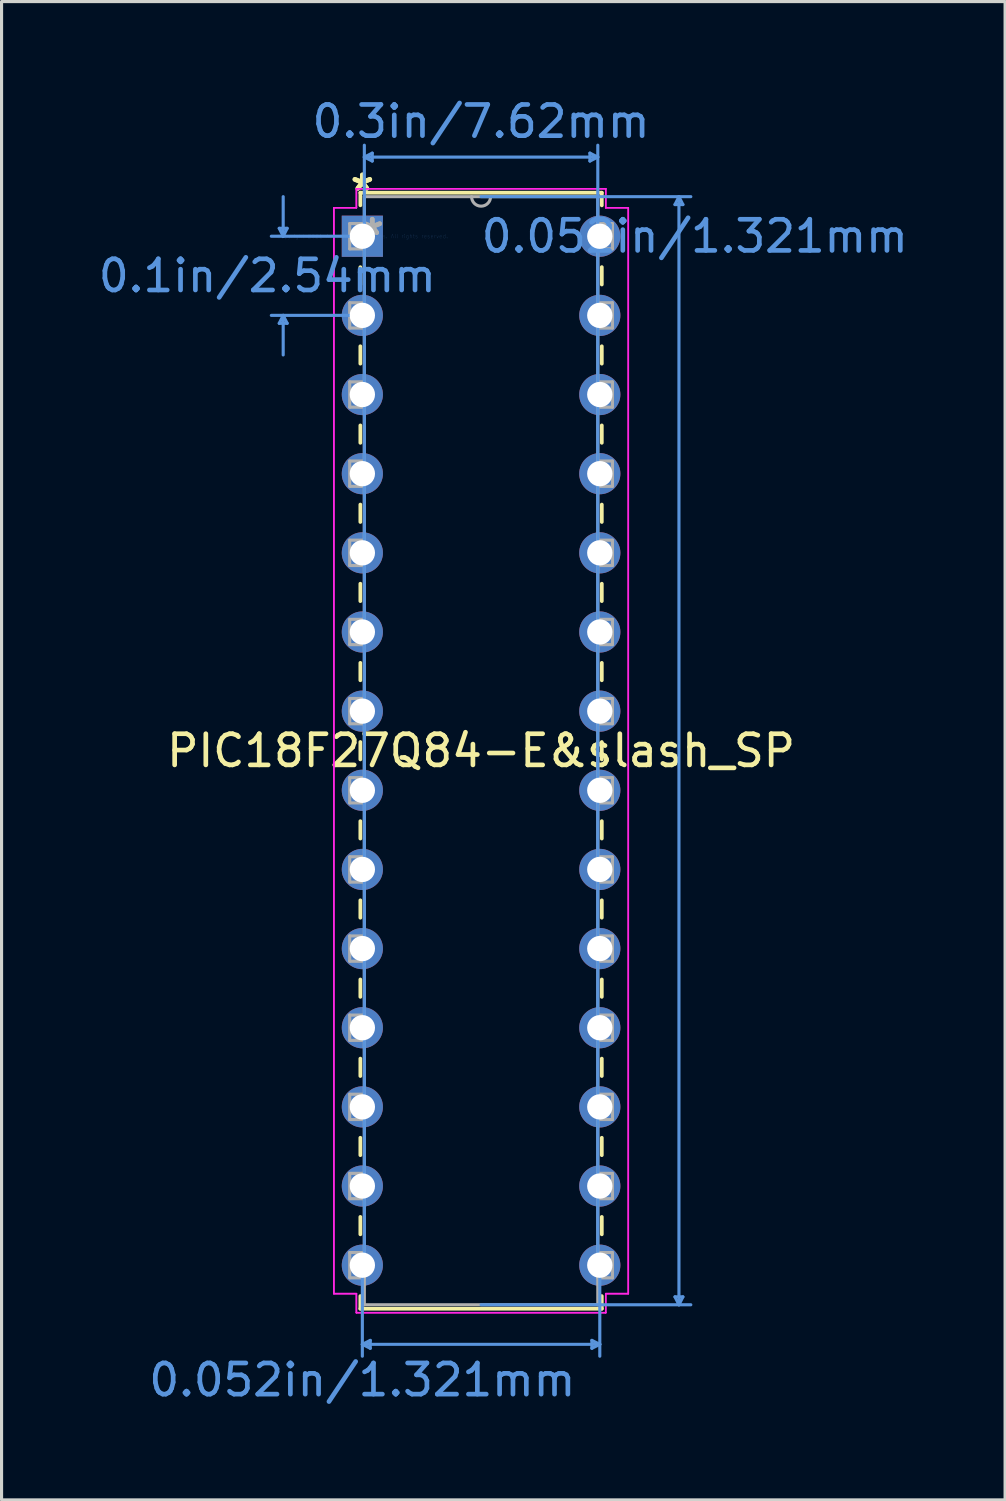
<source format=kicad_pcb>
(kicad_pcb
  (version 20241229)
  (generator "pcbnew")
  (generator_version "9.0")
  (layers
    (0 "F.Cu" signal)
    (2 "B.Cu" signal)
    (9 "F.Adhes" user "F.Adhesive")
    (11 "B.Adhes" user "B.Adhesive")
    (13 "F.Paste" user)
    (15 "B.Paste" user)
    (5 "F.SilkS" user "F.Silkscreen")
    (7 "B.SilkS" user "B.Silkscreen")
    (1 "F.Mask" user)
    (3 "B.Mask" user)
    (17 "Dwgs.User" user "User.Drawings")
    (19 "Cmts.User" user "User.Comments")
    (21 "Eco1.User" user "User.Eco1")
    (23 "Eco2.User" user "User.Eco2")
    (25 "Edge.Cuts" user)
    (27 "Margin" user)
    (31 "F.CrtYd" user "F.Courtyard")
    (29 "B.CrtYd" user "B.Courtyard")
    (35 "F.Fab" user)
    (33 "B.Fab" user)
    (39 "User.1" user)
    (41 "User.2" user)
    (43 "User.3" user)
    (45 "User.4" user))
  (footprint "PIC18F27Q84-E&slash_SP"
    (layer "F.Cu")
    (at 8.578 4.531)
    (property "Reference" "PIC18F27Q84-E&slash_SP" (at 3.81 16.51 0) (layer "F.SilkS") (effects (font (size 1 1) (thickness 0.15))))
    (attr through_hole)
    (fp_line (start -0.064 -1.397) (end -0.064 -0.993) (stroke (width 0.12) (type solid)) (layer "F.SilkS"))
    (fp_line (start -0.064 0.993) (end -0.064 1.549) (stroke (width 0.12) (type solid)) (layer "F.SilkS"))
    (fp_line (start -0.064 3.531) (end -0.064 4.089) (stroke (width 0.12) (type solid)) (layer "F.SilkS"))
    (fp_line (start -0.064 6.071) (end -0.064 6.629) (stroke (width 0.12) (type solid)) (layer "F.SilkS"))
    (fp_line (start -0.064 8.611) (end -0.064 9.169) (stroke (width 0.12) (type solid)) (layer "F.SilkS"))
    (fp_line (start -0.064 11.151) (end -0.064 11.709) (stroke (width 0.12) (type solid)) (layer "F.SilkS"))
    (fp_line (start -0.064 13.691) (end -0.064 14.249) (stroke (width 0.12) (type solid)) (layer "F.SilkS"))
    (fp_line (start -0.064 16.231) (end -0.064 16.789) (stroke (width 0.12) (type solid)) (layer "F.SilkS"))
    (fp_line (start -0.064 18.771) (end -0.064 19.329) (stroke (width 0.12) (type solid)) (layer "F.SilkS"))
    (fp_line (start -0.064 21.311) (end -0.064 21.869) (stroke (width 0.12) (type solid)) (layer "F.SilkS"))
    (fp_line (start -0.064 23.851) (end -0.064 24.409) (stroke (width 0.12) (type solid)) (layer "F.SilkS"))
    (fp_line (start -0.064 26.391) (end -0.064 26.949) (stroke (width 0.12) (type solid)) (layer "F.SilkS"))
    (fp_line (start -0.064 28.931) (end -0.064 29.489) (stroke (width 0.12) (type solid)) (layer "F.SilkS"))
    (fp_line (start -0.064 31.471) (end -0.064 32.029) (stroke (width 0.12) (type solid)) (layer "F.SilkS"))
    (fp_line (start -0.064 34.011) (end -0.064 34.417) (stroke (width 0.12) (type solid)) (layer "F.SilkS"))
    (fp_line (start -0.064 34.417) (end 7.684 34.417) (stroke (width 0.12) (type solid)) (layer "F.SilkS"))
    (fp_line (start 7.684 -1.397) (end -0.064 -1.397) (stroke (width 0.12) (type solid)) (layer "F.SilkS"))
    (fp_line (start 7.684 -0.991) (end 7.684 -1.397) (stroke (width 0.12) (type solid)) (layer "F.SilkS"))
    (fp_line (start 7.684 1.549) (end 7.684 0.991) (stroke (width 0.12) (type solid)) (layer "F.SilkS"))
    (fp_line (start 7.684 4.089) (end 7.684 3.531) (stroke (width 0.12) (type solid)) (layer "F.SilkS"))
    (fp_line (start 7.684 6.629) (end 7.684 6.071) (stroke (width 0.12) (type solid)) (layer "F.SilkS"))
    (fp_line (start 7.684 9.169) (end 7.684 8.611) (stroke (width 0.12) (type solid)) (layer "F.SilkS"))
    (fp_line (start 7.684 11.709) (end 7.684 11.151) (stroke (width 0.12) (type solid)) (layer "F.SilkS"))
    (fp_line (start 7.684 14.249) (end 7.684 13.691) (stroke (width 0.12) (type solid)) (layer "F.SilkS"))
    (fp_line (start 7.684 16.789) (end 7.684 16.231) (stroke (width 0.12) (type solid)) (layer "F.SilkS"))
    (fp_line (start 7.684 19.329) (end 7.684 18.771) (stroke (width 0.12) (type solid)) (layer "F.SilkS"))
    (fp_line (start 7.684 21.869) (end 7.684 21.311) (stroke (width 0.12) (type solid)) (layer "F.SilkS"))
    (fp_line (start 7.684 24.409) (end 7.684 23.851) (stroke (width 0.12) (type solid)) (layer "F.SilkS"))
    (fp_line (start 7.684 26.949) (end 7.684 26.391) (stroke (width 0.12) (type solid)) (layer "F.SilkS"))
    (fp_line (start 7.684 29.489) (end 7.684 28.931) (stroke (width 0.12) (type solid)) (layer "F.SilkS"))
    (fp_line (start 7.684 32.029) (end 7.684 31.471) (stroke (width 0.12) (type solid)) (layer "F.SilkS"))
    (fp_line (start 7.684 34.417) (end 7.684 34.011) (stroke (width 0.12) (type solid)) (layer "F.SilkS"))
    (fp_line (start -2.667 -0.254) (end -2.413 -0.254) (stroke (width 0.1) (type solid)) (layer "Cmts.User"))
    (fp_line (start -2.667 2.794) (end -2.413 2.794) (stroke (width 0.1) (type solid)) (layer "Cmts.User"))
    (fp_line (start -2.54 0) (end -2.667 -0.254) (stroke (width 0.1) (type solid)) (layer "Cmts.User"))
    (fp_line (start -2.54 0) (end -2.54 -1.27) (stroke (width 0.1) (type solid)) (layer "Cmts.User"))
    (fp_line (start -2.54 0) (end -2.413 -0.254) (stroke (width 0.1) (type solid)) (layer "Cmts.User"))
    (fp_line (start -2.54 2.54) (end -2.667 2.794) (stroke (width 0.1) (type solid)) (layer "Cmts.User"))
    (fp_line (start -2.54 2.54) (end -2.54 3.81) (stroke (width 0.1) (type solid)) (layer "Cmts.User"))
    (fp_line (start -2.54 2.54) (end -2.413 2.794) (stroke (width 0.1) (type solid)) (layer "Cmts.User"))
    (fp_line (start 0 0) (end -2.921 0) (stroke (width 0.1) (type solid)) (layer "Cmts.User"))
    (fp_line (start 0 2.54) (end -2.921 2.54) (stroke (width 0.1) (type solid)) (layer "Cmts.User"))
    (fp_line (start 0 33.02) (end 0 35.941) (stroke (width 0.1) (type solid)) (layer "Cmts.User"))
    (fp_line (start 0 35.56) (end 0.254 35.433) (stroke (width 0.1) (type solid)) (layer "Cmts.User"))
    (fp_line (start 0 35.56) (end 0.254 35.687) (stroke (width 0.1) (type solid)) (layer "Cmts.User"))
    (fp_line (start 0 35.56) (end 7.62 35.56) (stroke (width 0.1) (type solid)) (layer "Cmts.User"))
    (fp_line (start 0.064 -2.54) (end 0.318 -2.667) (stroke (width 0.1) (type solid)) (layer "Cmts.User"))
    (fp_line (start 0.064 -2.54) (end 0.318 -2.413) (stroke (width 0.1) (type solid)) (layer "Cmts.User"))
    (fp_line (start 0.064 -2.54) (end 7.556 -2.54) (stroke (width 0.1) (type solid)) (layer "Cmts.User"))
    (fp_line (start 0.064 33.02) (end 0.064 -2.921) (stroke (width 0.1) (type solid)) (layer "Cmts.User"))
    (fp_line (start 0.254 35.433) (end 0.254 35.687) (stroke (width 0.1) (type solid)) (layer "Cmts.User"))
    (fp_line (start 0.318 -2.667) (end 0.318 -2.413) (stroke (width 0.1) (type solid)) (layer "Cmts.User"))
    (fp_line (start 3.81 -1.27) (end 10.541 -1.27) (stroke (width 0.1) (type solid)) (layer "Cmts.User"))
    (fp_line (start 3.81 34.29) (end 10.541 34.29) (stroke (width 0.1) (type solid)) (layer "Cmts.User"))
    (fp_line (start 7.303 -2.667) (end 7.303 -2.413) (stroke (width 0.1) (type solid)) (layer "Cmts.User"))
    (fp_line (start 7.366 35.433) (end 7.366 35.687) (stroke (width 0.1) (type solid)) (layer "Cmts.User"))
    (fp_line (start 7.556 -2.54) (end 7.303 -2.667) (stroke (width 0.1) (type solid)) (layer "Cmts.User"))
    (fp_line (start 7.556 -2.54) (end 7.303 -2.413) (stroke (width 0.1) (type solid)) (layer "Cmts.User"))
    (fp_line (start 7.556 33.02) (end 7.556 -2.921) (stroke (width 0.1) (type solid)) (layer "Cmts.User"))
    (fp_line (start 7.62 33.02) (end 7.62 35.941) (stroke (width 0.1) (type solid)) (layer "Cmts.User"))
    (fp_line (start 7.62 35.56) (end 7.366 35.433) (stroke (width 0.1) (type solid)) (layer "Cmts.User"))
    (fp_line (start 7.62 35.56) (end 7.366 35.687) (stroke (width 0.1) (type solid)) (layer "Cmts.User"))
    (fp_line (start 10.033 -1.016) (end 10.287 -1.016) (stroke (width 0.1) (type solid)) (layer "Cmts.User"))
    (fp_line (start 10.033 34.036) (end 10.287 34.036) (stroke (width 0.1) (type solid)) (layer "Cmts.User"))
    (fp_line (start 10.16 -1.27) (end 10.033 -1.016) (stroke (width 0.1) (type solid)) (layer "Cmts.User"))
    (fp_line (start 10.16 -1.27) (end 10.16 34.29) (stroke (width 0.1) (type solid)) (layer "Cmts.User"))
    (fp_line (start 10.16 -1.27) (end 10.287 -1.016) (stroke (width 0.1) (type solid)) (layer "Cmts.User"))
    (fp_line (start 10.16 34.29) (end 10.033 34.036) (stroke (width 0.1) (type solid)) (layer "Cmts.User"))
    (fp_line (start 10.16 34.29) (end 10.287 34.036) (stroke (width 0.1) (type solid)) (layer "Cmts.User"))
    (fp_line (start -0.914 -0.914) (end -0.914 33.934) (stroke (width 0.05) (type solid)) (layer "F.CrtYd"))
    (fp_line (start -0.914 -0.914) (end -0.191 -0.914) (stroke (width 0.05) (type solid)) (layer "F.CrtYd"))
    (fp_line (start -0.914 33.934) (end -0.914 -0.914) (stroke (width 0.05) (type solid)) (layer "F.CrtYd"))
    (fp_line (start -0.914 33.934) (end -0.191 33.934) (stroke (width 0.05) (type solid)) (layer "F.CrtYd"))
    (fp_line (start -0.191 -1.524) (end -0.191 -0.914) (stroke (width 0.05) (type solid)) (layer "F.CrtYd"))
    (fp_line (start -0.191 -1.524) (end 7.811 -1.524) (stroke (width 0.05) (type solid)) (layer "F.CrtYd"))
    (fp_line (start -0.191 -0.914) (end -0.914 -0.914) (stroke (width 0.05) (type solid)) (layer "F.CrtYd"))
    (fp_line (start -0.191 -0.914) (end -0.191 -1.524) (stroke (width 0.05) (type solid)) (layer "F.CrtYd"))
    (fp_line (start -0.191 33.934) (end -0.914 33.934) (stroke (width 0.05) (type solid)) (layer "F.CrtYd"))
    (fp_line (start -0.191 33.934) (end -0.191 34.544) (stroke (width 0.05) (type solid)) (layer "F.CrtYd"))
    (fp_line (start -0.191 34.544) (end -0.191 33.934) (stroke (width 0.05) (type solid)) (layer "F.CrtYd"))
    (fp_line (start -0.191 34.544) (end 7.811 34.544) (stroke (width 0.05) (type solid)) (layer "F.CrtYd"))
    (fp_line (start 7.811 -1.524) (end -0.191 -1.524) (stroke (width 0.05) (type solid)) (layer "F.CrtYd"))
    (fp_line (start 7.811 -1.524) (end 7.811 -0.914) (stroke (width 0.05) (type solid)) (layer "F.CrtYd"))
    (fp_line (start 7.811 -0.914) (end 7.811 -1.524) (stroke (width 0.05) (type solid)) (layer "F.CrtYd"))
    (fp_line (start 7.811 33.934) (end 7.811 34.544) (stroke (width 0.05) (type solid)) (layer "F.CrtYd"))
    (fp_line (start 7.811 33.934) (end 8.534 33.934) (stroke (width 0.05) (type solid)) (layer "F.CrtYd"))
    (fp_line (start 7.811 34.544) (end -0.191 34.544) (stroke (width 0.05) (type solid)) (layer "F.CrtYd"))
    (fp_line (start 7.811 34.544) (end 7.811 33.934) (stroke (width 0.05) (type solid)) (layer "F.CrtYd"))
    (fp_line (start 8.534 -0.914) (end 7.811 -0.914) (stroke (width 0.05) (type solid)) (layer "F.CrtYd"))
    (fp_line (start 8.534 -0.914) (end 7.811 -0.914) (stroke (width 0.05) (type solid)) (layer "F.CrtYd"))
    (fp_line (start 8.534 -0.914) (end 8.534 33.934) (stroke (width 0.05) (type solid)) (layer "F.CrtYd"))
    (fp_line (start 8.534 33.934) (end 7.811 33.934) (stroke (width 0.05) (type solid)) (layer "F.CrtYd"))
    (fp_line (start 8.534 33.934) (end 8.534 -0.914) (stroke (width 0.05) (type solid)) (layer "F.CrtYd"))
    (fp_line (start -0.406 -0.406) (end -0.406 0.406) (stroke (width 0.1) (type solid)) (layer "F.Fab"))
    (fp_line (start -0.406 0.406) (end 0.064 0.406) (stroke (width 0.1) (type solid)) (layer "F.Fab"))
    (fp_line (start -0.406 2.134) (end -0.406 2.946) (stroke (width 0.1) (type solid)) (layer "F.Fab"))
    (fp_line (start -0.406 2.946) (end 0.064 2.946) (stroke (width 0.1) (type solid)) (layer "F.Fab"))
    (fp_line (start -0.406 4.674) (end -0.406 5.486) (stroke (width 0.1) (type solid)) (layer "F.Fab"))
    (fp_line (start -0.406 5.486) (end 0.064 5.486) (stroke (width 0.1) (type solid)) (layer "F.Fab"))
    (fp_line (start -0.406 7.214) (end -0.406 8.026) (stroke (width 0.1) (type solid)) (layer "F.Fab"))
    (fp_line (start -0.406 8.026) (end 0.064 8.026) (stroke (width 0.1) (type solid)) (layer "F.Fab"))
    (fp_line (start -0.406 9.754) (end -0.406 10.566) (stroke (width 0.1) (type solid)) (layer "F.Fab"))
    (fp_line (start -0.406 10.566) (end 0.064 10.566) (stroke (width 0.1) (type solid)) (layer "F.Fab"))
    (fp_line (start -0.406 12.294) (end -0.406 13.106) (stroke (width 0.1) (type solid)) (layer "F.Fab"))
    (fp_line (start -0.406 13.106) (end 0.064 13.106) (stroke (width 0.1) (type solid)) (layer "F.Fab"))
    (fp_line (start -0.406 14.834) (end -0.406 15.646) (stroke (width 0.1) (type solid)) (layer "F.Fab"))
    (fp_line (start -0.406 15.646) (end 0.064 15.646) (stroke (width 0.1) (type solid)) (layer "F.Fab"))
    (fp_line (start -0.406 17.374) (end -0.406 18.186) (stroke (width 0.1) (type solid)) (layer "F.Fab"))
    (fp_line (start -0.406 18.186) (end 0.064 18.186) (stroke (width 0.1) (type solid)) (layer "F.Fab"))
    (fp_line (start -0.406 19.914) (end -0.406 20.726) (stroke (width 0.1) (type solid)) (layer "F.Fab"))
    (fp_line (start -0.406 20.726) (end 0.064 20.726) (stroke (width 0.1) (type solid)) (layer "F.Fab"))
    (fp_line (start -0.406 22.454) (end -0.406 23.266) (stroke (width 0.1) (type solid)) (layer "F.Fab"))
    (fp_line (start -0.406 23.266) (end 0.064 23.266) (stroke (width 0.1) (type solid)) (layer "F.Fab"))
    (fp_line (start -0.406 24.994) (end -0.406 25.806) (stroke (width 0.1) (type solid)) (layer "F.Fab"))
    (fp_line (start -0.406 25.806) (end 0.064 25.806) (stroke (width 0.1) (type solid)) (layer "F.Fab"))
    (fp_line (start -0.406 27.534) (end -0.406 28.346) (stroke (width 0.1) (type solid)) (layer "F.Fab"))
    (fp_line (start -0.406 28.346) (end 0.064 28.346) (stroke (width 0.1) (type solid)) (layer "F.Fab"))
    (fp_line (start -0.406 30.074) (end -0.406 30.886) (stroke (width 0.1) (type solid)) (layer "F.Fab"))
    (fp_line (start -0.406 30.886) (end 0.064 30.886) (stroke (width 0.1) (type solid)) (layer "F.Fab"))
    (fp_line (start -0.406 32.614) (end -0.406 33.426) (stroke (width 0.1) (type solid)) (layer "F.Fab"))
    (fp_line (start -0.406 33.426) (end 0.064 33.426) (stroke (width 0.1) (type solid)) (layer "F.Fab"))
    (fp_line (start 0.064 -1.27) (end 0.064 34.29) (stroke (width 0.1) (type solid)) (layer "F.Fab"))
    (fp_line (start 0.064 -0.406) (end -0.406 -0.406) (stroke (width 0.1) (type solid)) (layer "F.Fab"))
    (fp_line (start 0.064 0.406) (end 0.064 -0.406) (stroke (width 0.1) (type solid)) (layer "F.Fab"))
    (fp_line (start 0.064 2.134) (end -0.406 2.134) (stroke (width 0.1) (type solid)) (layer "F.Fab"))
    (fp_line (start 0.064 2.946) (end 0.064 2.134) (stroke (width 0.1) (type solid)) (layer "F.Fab"))
    (fp_line (start 0.064 4.674) (end -0.406 4.674) (stroke (width 0.1) (type solid)) (layer "F.Fab"))
    (fp_line (start 0.064 5.486) (end 0.064 4.674) (stroke (width 0.1) (type solid)) (layer "F.Fab"))
    (fp_line (start 0.064 7.214) (end -0.406 7.214) (stroke (width 0.1) (type solid)) (layer "F.Fab"))
    (fp_line (start 0.064 8.026) (end 0.064 7.214) (stroke (width 0.1) (type solid)) (layer "F.Fab"))
    (fp_line (start 0.064 9.754) (end -0.406 9.754) (stroke (width 0.1) (type solid)) (layer "F.Fab"))
    (fp_line (start 0.064 10.566) (end 0.064 9.754) (stroke (width 0.1) (type solid)) (layer "F.Fab"))
    (fp_line (start 0.064 12.294) (end -0.406 12.294) (stroke (width 0.1) (type solid)) (layer "F.Fab"))
    (fp_line (start 0.064 13.106) (end 0.064 12.294) (stroke (width 0.1) (type solid)) (layer "F.Fab"))
    (fp_line (start 0.064 14.834) (end -0.406 14.834) (stroke (width 0.1) (type solid)) (layer "F.Fab"))
    (fp_line (start 0.064 15.646) (end 0.064 14.834) (stroke (width 0.1) (type solid)) (layer "F.Fab"))
    (fp_line (start 0.064 17.374) (end -0.406 17.374) (stroke (width 0.1) (type solid)) (layer "F.Fab"))
    (fp_line (start 0.064 18.186) (end 0.064 17.374) (stroke (width 0.1) (type solid)) (layer "F.Fab"))
    (fp_line (start 0.064 19.914) (end -0.406 19.914) (stroke (width 0.1) (type solid)) (layer "F.Fab"))
    (fp_line (start 0.064 20.726) (end 0.064 19.914) (stroke (width 0.1) (type solid)) (layer "F.Fab"))
    (fp_line (start 0.064 22.454) (end -0.406 22.454) (stroke (width 0.1) (type solid)) (layer "F.Fab"))
    (fp_line (start 0.064 23.266) (end 0.064 22.454) (stroke (width 0.1) (type solid)) (layer "F.Fab"))
    (fp_line (start 0.064 24.994) (end -0.406 24.994) (stroke (width 0.1) (type solid)) (layer "F.Fab"))
    (fp_line (start 0.064 25.806) (end 0.064 24.994) (stroke (width 0.1) (type solid)) (layer "F.Fab"))
    (fp_line (start 0.064 27.534) (end -0.406 27.534) (stroke (width 0.1) (type solid)) (layer "F.Fab"))
    (fp_line (start 0.064 28.346) (end 0.064 27.534) (stroke (width 0.1) (type solid)) (layer "F.Fab"))
    (fp_line (start 0.064 30.074) (end -0.406 30.074) (stroke (width 0.1) (type solid)) (layer "F.Fab"))
    (fp_line (start 0.064 30.886) (end 0.064 30.074) (stroke (width 0.1) (type solid)) (layer "F.Fab"))
    (fp_line (start 0.064 32.614) (end -0.406 32.614) (stroke (width 0.1) (type solid)) (layer "F.Fab"))
    (fp_line (start 0.064 33.426) (end 0.064 32.614) (stroke (width 0.1) (type solid)) (layer "F.Fab"))
    (fp_line (start 0.064 34.29) (end 7.556 34.29) (stroke (width 0.1) (type solid)) (layer "F.Fab"))
    (fp_line (start 7.556 -1.27) (end 0.064 -1.27) (stroke (width 0.1) (type solid)) (layer "F.Fab"))
    (fp_line (start 7.556 -0.406) (end 7.556 0.406) (stroke (width 0.1) (type solid)) (layer "F.Fab"))
    (fp_line (start 7.556 0.406) (end 8.026 0.406) (stroke (width 0.1) (type solid)) (layer "F.Fab"))
    (fp_line (start 7.556 2.134) (end 7.556 2.946) (stroke (width 0.1) (type solid)) (layer "F.Fab"))
    (fp_line (start 7.556 2.946) (end 8.026 2.946) (stroke (width 0.1) (type solid)) (layer "F.Fab"))
    (fp_line (start 7.556 4.674) (end 7.556 5.486) (stroke (width 0.1) (type solid)) (layer "F.Fab"))
    (fp_line (start 7.556 5.486) (end 8.026 5.486) (stroke (width 0.1) (type solid)) (layer "F.Fab"))
    (fp_line (start 7.556 7.214) (end 7.556 8.026) (stroke (width 0.1) (type solid)) (layer "F.Fab"))
    (fp_line (start 7.556 8.026) (end 8.026 8.026) (stroke (width 0.1) (type solid)) (layer "F.Fab"))
    (fp_line (start 7.556 9.754) (end 7.556 10.566) (stroke (width 0.1) (type solid)) (layer "F.Fab"))
    (fp_line (start 7.556 10.566) (end 8.026 10.566) (stroke (width 0.1) (type solid)) (layer "F.Fab"))
    (fp_line (start 7.556 12.294) (end 7.556 13.106) (stroke (width 0.1) (type solid)) (layer "F.Fab"))
    (fp_line (start 7.556 13.106) (end 8.026 13.106) (stroke (width 0.1) (type solid)) (layer "F.Fab"))
    (fp_line (start 7.556 14.834) (end 7.556 15.646) (stroke (width 0.1) (type solid)) (layer "F.Fab"))
    (fp_line (start 7.556 15.646) (end 8.026 15.646) (stroke (width 0.1) (type solid)) (layer "F.Fab"))
    (fp_line (start 7.556 17.374) (end 7.556 18.186) (stroke (width 0.1) (type solid)) (layer "F.Fab"))
    (fp_line (start 7.556 18.186) (end 8.026 18.186) (stroke (width 0.1) (type solid)) (layer "F.Fab"))
    (fp_line (start 7.556 19.914) (end 7.556 20.726) (stroke (width 0.1) (type solid)) (layer "F.Fab"))
    (fp_line (start 7.556 20.726) (end 8.026 20.726) (stroke (width 0.1) (type solid)) (layer "F.Fab"))
    (fp_line (start 7.556 22.454) (end 7.556 23.266) (stroke (width 0.1) (type solid)) (layer "F.Fab"))
    (fp_line (start 7.556 23.266) (end 8.026 23.266) (stroke (width 0.1) (type solid)) (layer "F.Fab"))
    (fp_line (start 7.556 24.994) (end 7.556 25.806) (stroke (width 0.1) (type solid)) (layer "F.Fab"))
    (fp_line (start 7.556 25.806) (end 8.026 25.806) (stroke (width 0.1) (type solid)) (layer "F.Fab"))
    (fp_line (start 7.556 27.534) (end 7.556 28.346) (stroke (width 0.1) (type solid)) (layer "F.Fab"))
    (fp_line (start 7.556 28.346) (end 8.026 28.346) (stroke (width 0.1) (type solid)) (layer "F.Fab"))
    (fp_line (start 7.556 30.074) (end 7.556 30.886) (stroke (width 0.1) (type solid)) (layer "F.Fab"))
    (fp_line (start 7.556 30.886) (end 8.026 30.886) (stroke (width 0.1) (type solid)) (layer "F.Fab"))
    (fp_line (start 7.556 32.614) (end 7.556 33.426) (stroke (width 0.1) (type solid)) (layer "F.Fab"))
    (fp_line (start 7.556 33.426) (end 8.026 33.426) (stroke (width 0.1) (type solid)) (layer "F.Fab"))
    (fp_line (start 7.556 34.29) (end 7.556 -1.27) (stroke (width 0.1) (type solid)) (layer "F.Fab"))
    (fp_line (start 8.026 -0.406) (end 7.556 -0.406) (stroke (width 0.1) (type solid)) (layer "F.Fab"))
    (fp_line (start 8.026 0.406) (end 8.026 -0.406) (stroke (width 0.1) (type solid)) (layer "F.Fab"))
    (fp_line (start 8.026 2.134) (end 7.556 2.134) (stroke (width 0.1) (type solid)) (layer "F.Fab"))
    (fp_line (start 8.026 2.946) (end 8.026 2.134) (stroke (width 0.1) (type solid)) (layer "F.Fab"))
    (fp_line (start 8.026 4.674) (end 7.556 4.674) (stroke (width 0.1) (type solid)) (layer "F.Fab"))
    (fp_line (start 8.026 5.486) (end 8.026 4.674) (stroke (width 0.1) (type solid)) (layer "F.Fab"))
    (fp_line (start 8.026 7.214) (end 7.556 7.214) (stroke (width 0.1) (type solid)) (layer "F.Fab"))
    (fp_line (start 8.026 8.026) (end 8.026 7.214) (stroke (width 0.1) (type solid)) (layer "F.Fab"))
    (fp_line (start 8.026 9.754) (end 7.556 9.754) (stroke (width 0.1) (type solid)) (layer "F.Fab"))
    (fp_line (start 8.026 10.566) (end 8.026 9.754) (stroke (width 0.1) (type solid)) (layer "F.Fab"))
    (fp_line (start 8.026 12.294) (end 7.556 12.294) (stroke (width 0.1) (type solid)) (layer "F.Fab"))
    (fp_line (start 8.026 13.106) (end 8.026 12.294) (stroke (width 0.1) (type solid)) (layer "F.Fab"))
    (fp_line (start 8.026 14.834) (end 7.556 14.834) (stroke (width 0.1) (type solid)) (layer "F.Fab"))
    (fp_line (start 8.026 15.646) (end 8.026 14.834) (stroke (width 0.1) (type solid)) (layer "F.Fab"))
    (fp_line (start 8.026 17.374) (end 7.556 17.374) (stroke (width 0.1) (type solid)) (layer "F.Fab"))
    (fp_line (start 8.026 18.186) (end 8.026 17.374) (stroke (width 0.1) (type solid)) (layer "F.Fab"))
    (fp_line (start 8.026 19.914) (end 7.556 19.914) (stroke (width 0.1) (type solid)) (layer "F.Fab"))
    (fp_line (start 8.026 20.726) (end 8.026 19.914) (stroke (width 0.1) (type solid)) (layer "F.Fab"))
    (fp_line (start 8.026 22.454) (end 7.556 22.454) (stroke (width 0.1) (type solid)) (layer "F.Fab"))
    (fp_line (start 8.026 23.266) (end 8.026 22.454) (stroke (width 0.1) (type solid)) (layer "F.Fab"))
    (fp_line (start 8.026 24.994) (end 7.556 24.994) (stroke (width 0.1) (type solid)) (layer "F.Fab"))
    (fp_line (start 8.026 25.806) (end 8.026 24.994) (stroke (width 0.1) (type solid)) (layer "F.Fab"))
    (fp_line (start 8.026 27.534) (end 7.556 27.534) (stroke (width 0.1) (type solid)) (layer "F.Fab"))
    (fp_line (start 8.026 28.346) (end 8.026 27.534) (stroke (width 0.1) (type solid)) (layer "F.Fab"))
    (fp_line (start 8.026 30.074) (end 7.556 30.074) (stroke (width 0.1) (type solid)) (layer "F.Fab"))
    (fp_line (start 8.026 30.886) (end 8.026 30.074) (stroke (width 0.1) (type solid)) (layer "F.Fab"))
    (fp_line (start 8.026 32.614) (end 7.556 32.614) (stroke (width 0.1) (type solid)) (layer "F.Fab"))
    (fp_line (start 8.026 33.426) (end 8.026 32.614) (stroke (width 0.1) (type solid)) (layer "F.Fab"))
    (fp_arc (start 4.1148 -1.27) (mid 3.81 -0.9652) (end 3.5052 -1.27) (stroke (width 0.1) (type solid)) (layer "F.Fab"))
    (fp_text user "*" (at 0 -1.422 0) (layer "F.SilkS") (effects (font (size 1 1) (thickness 0.15))))
    (fp_text user "*" (at 0 -1.422 0) (layer "F.SilkS") (effects (font (size 1 1) (thickness 0.15))))
    (fp_text user "0.052in/1.321mm" (at 0 36.703 0) (layer "Cmts.User") (effects (font (size 1 1) (thickness 0.15))))
    (fp_text user "0.052in/1.321mm" (at 10.668 0 0) (layer "Cmts.User") (effects (font (size 1 1) (thickness 0.15))))
    (fp_text user "0.1in/2.54mm" (at -3.048 1.27 0) (layer "Cmts.User") (effects (font (size 1 1) (thickness 0.15))))
    (fp_text user "0.3in/7.62mm" (at 3.81 -3.683 0) (layer "Cmts.User") (effects (font (size 1 1) (thickness 0.15))))
    (fp_text user "Copyright 2021 Accelerated Designs. All rights reserved." (at 0 0 0) (layer "Cmts.User") (effects (font (size 0.127 0.127) (thickness 0.002))))
    (fp_text user "*" (at 0.318 0 0) (layer "F.Fab") (effects (font (size 1 1) (thickness 0.15))))
    (fp_text user "*" (at 0.318 0 0) (layer "F.Fab") (effects (font (size 1 1) (thickness 0.15))))
    (pad "1" thru_hole rect (at 0 0) (size 1.321 1.321) (drill 0.813) (layers "*.Cu" "*.Mask"))
    (pad "2" thru_hole circle (at 0 2.54) (size 1.321 1.321) (drill 0.813) (layers "*.Cu" "*.Mask"))
    (pad "3" thru_hole circle (at 0 5.08) (size 1.321 1.321) (drill 0.813) (layers "*.Cu" "*.Mask"))
    (pad "4" thru_hole circle (at 0 7.62) (size 1.321 1.321) (drill 0.813) (layers "*.Cu" "*.Mask"))
    (pad "5" thru_hole circle (at 0 10.16) (size 1.321 1.321) (drill 0.813) (layers "*.Cu" "*.Mask"))
    (pad "6" thru_hole circle (at 0 12.7) (size 1.321 1.321) (drill 0.813) (layers "*.Cu" "*.Mask"))
    (pad "7" thru_hole circle (at 0 15.24) (size 1.321 1.321) (drill 0.813) (layers "*.Cu" "*.Mask"))
    (pad "8" thru_hole circle (at 0 17.78) (size 1.321 1.321) (drill 0.813) (layers "*.Cu" "*.Mask"))
    (pad "9" thru_hole circle (at 0 20.32) (size 1.321 1.321) (drill 0.813) (layers "*.Cu" "*.Mask"))
    (pad "10" thru_hole circle (at 0 22.86) (size 1.321 1.321) (drill 0.813) (layers "*.Cu" "*.Mask"))
    (pad "11" thru_hole circle (at 0 25.4) (size 1.321 1.321) (drill 0.813) (layers "*.Cu" "*.Mask"))
    (pad "12" thru_hole circle (at 0 27.94) (size 1.321 1.321) (drill 0.813) (layers "*.Cu" "*.Mask"))
    (pad "13" thru_hole circle (at 0 30.48) (size 1.321 1.321) (drill 0.813) (layers "*.Cu" "*.Mask"))
    (pad "14" thru_hole circle (at 0 33.02) (size 1.321 1.321) (drill 0.813) (layers "*.Cu" "*.Mask"))
    (pad "15" thru_hole circle (at 7.62 33.02) (size 1.321 1.321) (drill 0.813) (layers "*.Cu" "*.Mask"))
    (pad "16" thru_hole circle (at 7.62 30.48) (size 1.321 1.321) (drill 0.813) (layers "*.Cu" "*.Mask"))
    (pad "17" thru_hole circle (at 7.62 27.94) (size 1.321 1.321) (drill 0.813) (layers "*.Cu" "*.Mask"))
    (pad "18" thru_hole circle (at 7.62 25.4) (size 1.321 1.321) (drill 0.813) (layers "*.Cu" "*.Mask"))
    (pad "19" thru_hole circle (at 7.62 22.86) (size 1.321 1.321) (drill 0.813) (layers "*.Cu" "*.Mask"))
    (pad "20" thru_hole circle (at 7.62 20.32) (size 1.321 1.321) (drill 0.813) (layers "*.Cu" "*.Mask"))
    (pad "21" thru_hole circle (at 7.62 17.78) (size 1.321 1.321) (drill 0.813) (layers "*.Cu" "*.Mask"))
    (pad "22" thru_hole circle (at 7.62 15.24) (size 1.321 1.321) (drill 0.813) (layers "*.Cu" "*.Mask"))
    (pad "23" thru_hole circle (at 7.62 12.7) (size 1.321 1.321) (drill 0.813) (layers "*.Cu" "*.Mask"))
    (pad "24" thru_hole circle (at 7.62 10.16) (size 1.321 1.321) (drill 0.813) (layers "*.Cu" "*.Mask"))
    (pad "25" thru_hole circle (at 7.62 7.62) (size 1.321 1.321) (drill 0.813) (layers "*.Cu" "*.Mask"))
    (pad "26" thru_hole circle (at 7.62 5.08) (size 1.321 1.321) (drill 0.813) (layers "*.Cu" "*.Mask"))
    (pad "27" thru_hole circle (at 7.62 2.54) (size 1.321 1.321) (drill 0.813) (layers "*.Cu" "*.Mask"))
    (pad "28" thru_hole circle (at 7.62 0) (size 1.321 1.321) (drill 0.813) (layers "*.Cu" "*.Mask")))
  (gr_rect
    (start -3 -3)
    (end 29.204 45.083)
    (stroke (width 0.1) (type default))
    (fill no)
    (layer "Edge.Cuts")))
</source>
